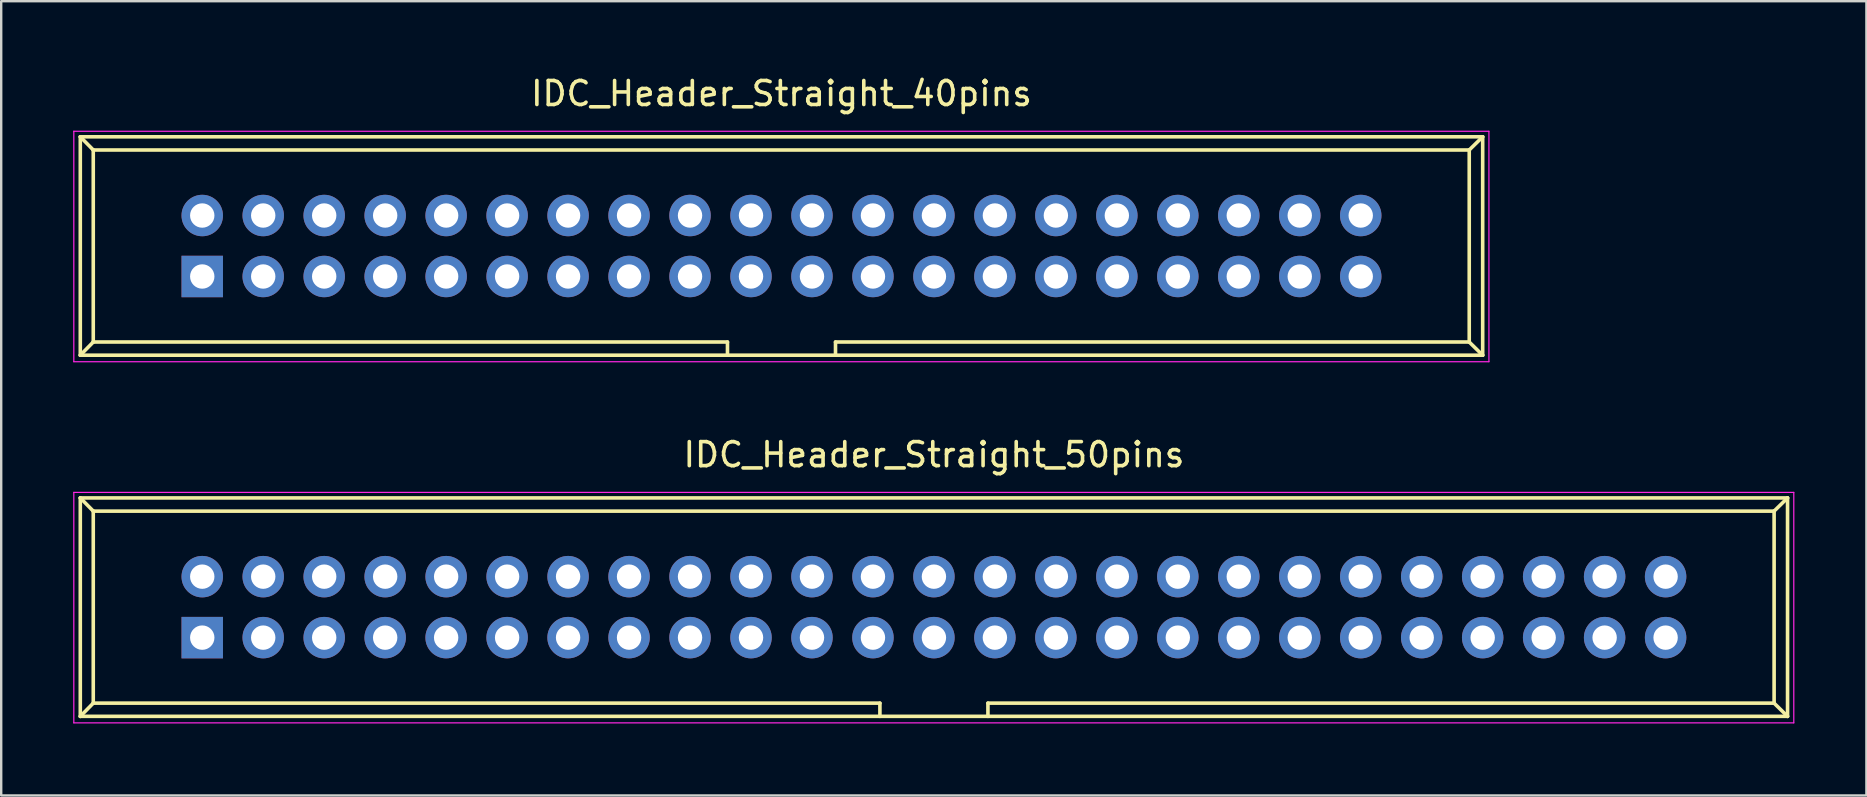
<source format=kicad_pcb>
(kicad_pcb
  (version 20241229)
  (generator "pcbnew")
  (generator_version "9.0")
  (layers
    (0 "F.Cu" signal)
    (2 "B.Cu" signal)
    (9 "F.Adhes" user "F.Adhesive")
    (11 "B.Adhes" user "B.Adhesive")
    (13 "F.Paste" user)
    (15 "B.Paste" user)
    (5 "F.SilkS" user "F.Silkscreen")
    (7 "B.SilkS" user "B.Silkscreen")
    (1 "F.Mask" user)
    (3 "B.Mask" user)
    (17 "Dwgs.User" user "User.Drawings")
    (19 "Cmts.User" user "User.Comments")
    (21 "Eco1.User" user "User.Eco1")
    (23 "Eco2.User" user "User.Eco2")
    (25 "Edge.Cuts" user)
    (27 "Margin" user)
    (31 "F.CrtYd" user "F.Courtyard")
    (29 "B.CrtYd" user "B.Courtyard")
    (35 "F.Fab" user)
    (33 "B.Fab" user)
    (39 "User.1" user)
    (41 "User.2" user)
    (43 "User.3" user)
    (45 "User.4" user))
  (footprint "IDC_Header_Straight_40pins"
    (layer "F.Cu")
    (at 5.375 8.468)
    (property "Reference" "IDC_Header_Straight_40pins" (at 24.13 -7.62 0) (layer "F.SilkS") (effects (font (size 1 1) (thickness 0.15))))
    (attr through_hole)
    (fp_line (start -5.08 -5.82) (end -5.08 3.28) (stroke (width 0.15) (type solid)) (layer "F.SilkS"))
    (fp_line (start -5.08 -5.82) (end -4.54 -5.27) (stroke (width 0.15) (type solid)) (layer "F.SilkS"))
    (fp_line (start -5.08 -5.82) (end 53.34 -5.82) (stroke (width 0.15) (type solid)) (layer "F.SilkS"))
    (fp_line (start -5.08 3.28) (end -4.54 2.73) (stroke (width 0.15) (type solid)) (layer "F.SilkS"))
    (fp_line (start -5.08 3.28) (end 53.34 3.28) (stroke (width 0.15) (type solid)) (layer "F.SilkS"))
    (fp_line (start -4.54 -5.27) (end -4.54 2.73) (stroke (width 0.15) (type solid)) (layer "F.SilkS"))
    (fp_line (start -4.54 -5.27) (end 52.78 -5.27) (stroke (width 0.15) (type solid)) (layer "F.SilkS"))
    (fp_line (start -4.54 2.73) (end 21.88 2.73) (stroke (width 0.15) (type solid)) (layer "F.SilkS"))
    (fp_line (start 21.88 2.73) (end 21.88 3.28) (stroke (width 0.15) (type solid)) (layer "F.SilkS"))
    (fp_line (start 26.38 2.73) (end 26.38 3.28) (stroke (width 0.15) (type solid)) (layer "F.SilkS"))
    (fp_line (start 26.38 2.73) (end 52.78 2.73) (stroke (width 0.15) (type solid)) (layer "F.SilkS"))
    (fp_line (start 52.78 -5.27) (end 52.78 2.73) (stroke (width 0.15) (type solid)) (layer "F.SilkS"))
    (fp_line (start 53.34 -5.82) (end 52.78 -5.27) (stroke (width 0.15) (type solid)) (layer "F.SilkS"))
    (fp_line (start 53.34 -5.82) (end 53.34 3.28) (stroke (width 0.15) (type solid)) (layer "F.SilkS"))
    (fp_line (start 53.34 3.28) (end 52.78 2.73) (stroke (width 0.15) (type solid)) (layer "F.SilkS"))
    (fp_line (start -5.35 -6.05) (end 53.6 -6.05) (stroke (width 0.05) (type solid)) (layer "F.CrtYd"))
    (fp_line (start -5.35 3.55) (end -5.35 -6.05) (stroke (width 0.05) (type solid)) (layer "F.CrtYd"))
    (fp_line (start 53.6 -6.05) (end 53.6 3.55) (stroke (width 0.05) (type solid)) (layer "F.CrtYd"))
    (fp_line (start 53.6 3.55) (end -5.35 3.55) (stroke (width 0.05) (type solid)) (layer "F.CrtYd"))
    (pad "1" thru_hole rect (at 0 0) (size 1.727 1.727) (drill 1.016) (layers "*.Cu" "*.Mask"))
    (pad "2" thru_hole oval (at 0 -2.54) (size 1.727 1.727) (drill 1.016) (layers "*.Cu" "*.Mask"))
    (pad "3" thru_hole oval (at 2.54 0) (size 1.727 1.727) (drill 1.016) (layers "*.Cu" "*.Mask"))
    (pad "4" thru_hole oval (at 2.54 -2.54) (size 1.727 1.727) (drill 1.016) (layers "*.Cu" "*.Mask"))
    (pad "5" thru_hole oval (at 5.08 0) (size 1.727 1.727) (drill 1.016) (layers "*.Cu" "*.Mask"))
    (pad "6" thru_hole oval (at 5.08 -2.54) (size 1.727 1.727) (drill 1.016) (layers "*.Cu" "*.Mask"))
    (pad "7" thru_hole oval (at 7.62 0) (size 1.727 1.727) (drill 1.016) (layers "*.Cu" "*.Mask"))
    (pad "8" thru_hole oval (at 7.62 -2.54) (size 1.727 1.727) (drill 1.016) (layers "*.Cu" "*.Mask"))
    (pad "9" thru_hole oval (at 10.16 0) (size 1.727 1.727) (drill 1.016) (layers "*.Cu" "*.Mask"))
    (pad "10" thru_hole oval (at 10.16 -2.54) (size 1.727 1.727) (drill 1.016) (layers "*.Cu" "*.Mask"))
    (pad "11" thru_hole oval (at 12.7 0) (size 1.727 1.727) (drill 1.016) (layers "*.Cu" "*.Mask"))
    (pad "12" thru_hole oval (at 12.7 -2.54) (size 1.727 1.727) (drill 1.016) (layers "*.Cu" "*.Mask"))
    (pad "13" thru_hole oval (at 15.24 0) (size 1.727 1.727) (drill 1.016) (layers "*.Cu" "*.Mask"))
    (pad "14" thru_hole oval (at 15.24 -2.54) (size 1.727 1.727) (drill 1.016) (layers "*.Cu" "*.Mask"))
    (pad "15" thru_hole oval (at 17.78 0) (size 1.727 1.727) (drill 1.016) (layers "*.Cu" "*.Mask"))
    (pad "16" thru_hole oval (at 17.78 -2.54) (size 1.727 1.727) (drill 1.016) (layers "*.Cu" "*.Mask"))
    (pad "17" thru_hole oval (at 20.32 0) (size 1.727 1.727) (drill 1.016) (layers "*.Cu" "*.Mask"))
    (pad "18" thru_hole oval (at 20.32 -2.54) (size 1.727 1.727) (drill 1.016) (layers "*.Cu" "*.Mask"))
    (pad "19" thru_hole oval (at 22.86 0) (size 1.727 1.727) (drill 1.016) (layers "*.Cu" "*.Mask"))
    (pad "20" thru_hole oval (at 22.86 -2.54) (size 1.727 1.727) (drill 1.016) (layers "*.Cu" "*.Mask"))
    (pad "21" thru_hole oval (at 25.4 0) (size 1.727 1.727) (drill 1.016) (layers "*.Cu" "*.Mask"))
    (pad "22" thru_hole oval (at 25.4 -2.54) (size 1.727 1.727) (drill 1.016) (layers "*.Cu" "*.Mask"))
    (pad "23" thru_hole oval (at 27.94 0) (size 1.727 1.727) (drill 1.016) (layers "*.Cu" "*.Mask"))
    (pad "24" thru_hole oval (at 27.94 -2.54) (size 1.727 1.727) (drill 1.016) (layers "*.Cu" "*.Mask"))
    (pad "25" thru_hole oval (at 30.48 0) (size 1.727 1.727) (drill 1.016) (layers "*.Cu" "*.Mask"))
    (pad "26" thru_hole oval (at 30.48 -2.54) (size 1.727 1.727) (drill 1.016) (layers "*.Cu" "*.Mask"))
    (pad "27" thru_hole oval (at 33.02 0) (size 1.727 1.727) (drill 1.016) (layers "*.Cu" "*.Mask"))
    (pad "28" thru_hole oval (at 33.02 -2.54) (size 1.727 1.727) (drill 1.016) (layers "*.Cu" "*.Mask"))
    (pad "29" thru_hole oval (at 35.56 0) (size 1.727 1.727) (drill 1.016) (layers "*.Cu" "*.Mask"))
    (pad "30" thru_hole oval (at 35.56 -2.54) (size 1.727 1.727) (drill 1.016) (layers "*.Cu" "*.Mask"))
    (pad "31" thru_hole oval (at 38.1 0) (size 1.727 1.727) (drill 1.016) (layers "*.Cu" "*.Mask"))
    (pad "32" thru_hole oval (at 38.1 -2.54) (size 1.727 1.727) (drill 1.016) (layers "*.Cu" "*.Mask"))
    (pad "33" thru_hole oval (at 40.64 0) (size 1.727 1.727) (drill 1.016) (layers "*.Cu" "*.Mask"))
    (pad "34" thru_hole oval (at 40.64 -2.54) (size 1.727 1.727) (drill 1.016) (layers "*.Cu" "*.Mask"))
    (pad "35" thru_hole oval (at 43.18 0) (size 1.727 1.727) (drill 1.016) (layers "*.Cu" "*.Mask"))
    (pad "36" thru_hole oval (at 43.18 -2.54) (size 1.727 1.727) (drill 1.016) (layers "*.Cu" "*.Mask"))
    (pad "37" thru_hole oval (at 45.72 0) (size 1.727 1.727) (drill 1.016) (layers "*.Cu" "*.Mask"))
    (pad "38" thru_hole oval (at 45.72 -2.54) (size 1.727 1.727) (drill 1.016) (layers "*.Cu" "*.Mask"))
    (pad "39" thru_hole oval (at 48.26 0) (size 1.727 1.727) (drill 1.016) (layers "*.Cu" "*.Mask"))
    (pad "40" thru_hole oval (at 48.26 -2.54) (size 1.727 1.727) (drill 1.016) (layers "*.Cu" "*.Mask")))
  (footprint "IDC_Header_Straight_50pins"
    (layer "F.Cu")
    (at 5.375 23.512)
    (property "Reference" "IDC_Header_Straight_50pins" (at 30.48 -7.62 0) (layer "F.SilkS") (effects (font (size 1 1) (thickness 0.15))))
    (attr through_hole)
    (fp_line (start -5.08 -5.82) (end -5.08 3.28) (stroke (width 0.15) (type solid)) (layer "F.SilkS"))
    (fp_line (start -5.08 -5.82) (end -4.54 -5.27) (stroke (width 0.15) (type solid)) (layer "F.SilkS"))
    (fp_line (start -5.08 -5.82) (end 66.04 -5.82) (stroke (width 0.15) (type solid)) (layer "F.SilkS"))
    (fp_line (start -5.08 3.28) (end -4.54 2.73) (stroke (width 0.15) (type solid)) (layer "F.SilkS"))
    (fp_line (start -5.08 3.28) (end 66.04 3.28) (stroke (width 0.15) (type solid)) (layer "F.SilkS"))
    (fp_line (start -4.54 -5.27) (end -4.54 2.73) (stroke (width 0.15) (type solid)) (layer "F.SilkS"))
    (fp_line (start -4.54 -5.27) (end 65.48 -5.27) (stroke (width 0.15) (type solid)) (layer "F.SilkS"))
    (fp_line (start -4.54 2.73) (end 28.23 2.73) (stroke (width 0.15) (type solid)) (layer "F.SilkS"))
    (fp_line (start 28.23 2.73) (end 28.23 3.28) (stroke (width 0.15) (type solid)) (layer "F.SilkS"))
    (fp_line (start 32.73 2.73) (end 32.73 3.28) (stroke (width 0.15) (type solid)) (layer "F.SilkS"))
    (fp_line (start 32.73 2.73) (end 65.48 2.73) (stroke (width 0.15) (type solid)) (layer "F.SilkS"))
    (fp_line (start 65.48 -5.27) (end 65.48 2.73) (stroke (width 0.15) (type solid)) (layer "F.SilkS"))
    (fp_line (start 66.04 -5.82) (end 65.48 -5.27) (stroke (width 0.15) (type solid)) (layer "F.SilkS"))
    (fp_line (start 66.04 -5.82) (end 66.04 3.28) (stroke (width 0.15) (type solid)) (layer "F.SilkS"))
    (fp_line (start 66.04 3.28) (end 65.48 2.73) (stroke (width 0.15) (type solid)) (layer "F.SilkS"))
    (fp_line (start -5.35 -6.05) (end 66.3 -6.05) (stroke (width 0.05) (type solid)) (layer "F.CrtYd"))
    (fp_line (start -5.35 3.55) (end -5.35 -6.05) (stroke (width 0.05) (type solid)) (layer "F.CrtYd"))
    (fp_line (start 66.3 -6.05) (end 66.3 3.55) (stroke (width 0.05) (type solid)) (layer "F.CrtYd"))
    (fp_line (start 66.3 3.55) (end -5.35 3.55) (stroke (width 0.05) (type solid)) (layer "F.CrtYd"))
    (pad "1" thru_hole rect (at 0 0) (size 1.727 1.727) (drill 1.016) (layers "*.Cu" "*.Mask"))
    (pad "2" thru_hole oval (at 0 -2.54) (size 1.727 1.727) (drill 1.016) (layers "*.Cu" "*.Mask"))
    (pad "3" thru_hole oval (at 2.54 0) (size 1.727 1.727) (drill 1.016) (layers "*.Cu" "*.Mask"))
    (pad "4" thru_hole oval (at 2.54 -2.54) (size 1.727 1.727) (drill 1.016) (layers "*.Cu" "*.Mask"))
    (pad "5" thru_hole oval (at 5.08 0) (size 1.727 1.727) (drill 1.016) (layers "*.Cu" "*.Mask"))
    (pad "6" thru_hole oval (at 5.08 -2.54) (size 1.727 1.727) (drill 1.016) (layers "*.Cu" "*.Mask"))
    (pad "7" thru_hole oval (at 7.62 0) (size 1.727 1.727) (drill 1.016) (layers "*.Cu" "*.Mask"))
    (pad "8" thru_hole oval (at 7.62 -2.54) (size 1.727 1.727) (drill 1.016) (layers "*.Cu" "*.Mask"))
    (pad "9" thru_hole oval (at 10.16 0) (size 1.727 1.727) (drill 1.016) (layers "*.Cu" "*.Mask"))
    (pad "10" thru_hole oval (at 10.16 -2.54) (size 1.727 1.727) (drill 1.016) (layers "*.Cu" "*.Mask"))
    (pad "11" thru_hole oval (at 12.7 0) (size 1.727 1.727) (drill 1.016) (layers "*.Cu" "*.Mask"))
    (pad "12" thru_hole oval (at 12.7 -2.54) (size 1.727 1.727) (drill 1.016) (layers "*.Cu" "*.Mask"))
    (pad "13" thru_hole oval (at 15.24 0) (size 1.727 1.727) (drill 1.016) (layers "*.Cu" "*.Mask"))
    (pad "14" thru_hole oval (at 15.24 -2.54) (size 1.727 1.727) (drill 1.016) (layers "*.Cu" "*.Mask"))
    (pad "15" thru_hole oval (at 17.78 0) (size 1.727 1.727) (drill 1.016) (layers "*.Cu" "*.Mask"))
    (pad "16" thru_hole oval (at 17.78 -2.54) (size 1.727 1.727) (drill 1.016) (layers "*.Cu" "*.Mask"))
    (pad "17" thru_hole oval (at 20.32 0) (size 1.727 1.727) (drill 1.016) (layers "*.Cu" "*.Mask"))
    (pad "18" thru_hole oval (at 20.32 -2.54) (size 1.727 1.727) (drill 1.016) (layers "*.Cu" "*.Mask"))
    (pad "19" thru_hole oval (at 22.86 0) (size 1.727 1.727) (drill 1.016) (layers "*.Cu" "*.Mask"))
    (pad "20" thru_hole oval (at 22.86 -2.54) (size 1.727 1.727) (drill 1.016) (layers "*.Cu" "*.Mask"))
    (pad "21" thru_hole oval (at 25.4 0) (size 1.727 1.727) (drill 1.016) (layers "*.Cu" "*.Mask"))
    (pad "22" thru_hole oval (at 25.4 -2.54) (size 1.727 1.727) (drill 1.016) (layers "*.Cu" "*.Mask"))
    (pad "23" thru_hole oval (at 27.94 0) (size 1.727 1.727) (drill 1.016) (layers "*.Cu" "*.Mask"))
    (pad "24" thru_hole oval (at 27.94 -2.54) (size 1.727 1.727) (drill 1.016) (layers "*.Cu" "*.Mask"))
    (pad "25" thru_hole oval (at 30.48 0) (size 1.727 1.727) (drill 1.016) (layers "*.Cu" "*.Mask"))
    (pad "26" thru_hole oval (at 30.48 -2.54) (size 1.727 1.727) (drill 1.016) (layers "*.Cu" "*.Mask"))
    (pad "27" thru_hole oval (at 33.02 0) (size 1.727 1.727) (drill 1.016) (layers "*.Cu" "*.Mask"))
    (pad "28" thru_hole oval (at 33.02 -2.54) (size 1.727 1.727) (drill 1.016) (layers "*.Cu" "*.Mask"))
    (pad "29" thru_hole oval (at 35.56 0) (size 1.727 1.727) (drill 1.016) (layers "*.Cu" "*.Mask"))
    (pad "30" thru_hole oval (at 35.56 -2.54) (size 1.727 1.727) (drill 1.016) (layers "*.Cu" "*.Mask"))
    (pad "31" thru_hole oval (at 38.1 0) (size 1.727 1.727) (drill 1.016) (layers "*.Cu" "*.Mask"))
    (pad "32" thru_hole oval (at 38.1 -2.54) (size 1.727 1.727) (drill 1.016) (layers "*.Cu" "*.Mask"))
    (pad "33" thru_hole oval (at 40.64 0) (size 1.727 1.727) (drill 1.016) (layers "*.Cu" "*.Mask"))
    (pad "34" thru_hole oval (at 40.64 -2.54) (size 1.727 1.727) (drill 1.016) (layers "*.Cu" "*.Mask"))
    (pad "35" thru_hole oval (at 43.18 0) (size 1.727 1.727) (drill 1.016) (layers "*.Cu" "*.Mask"))
    (pad "36" thru_hole oval (at 43.18 -2.54) (size 1.727 1.727) (drill 1.016) (layers "*.Cu" "*.Mask"))
    (pad "37" thru_hole oval (at 45.72 0) (size 1.727 1.727) (drill 1.016) (layers "*.Cu" "*.Mask"))
    (pad "38" thru_hole oval (at 45.72 -2.54) (size 1.727 1.727) (drill 1.016) (layers "*.Cu" "*.Mask"))
    (pad "39" thru_hole oval (at 48.26 0) (size 1.727 1.727) (drill 1.016) (layers "*.Cu" "*.Mask"))
    (pad "40" thru_hole oval (at 48.26 -2.54) (size 1.727 1.727) (drill 1.016) (layers "*.Cu" "*.Mask"))
    (pad "41" thru_hole oval (at 50.8 0) (size 1.727 1.727) (drill 1.016) (layers "*.Cu" "*.Mask"))
    (pad "42" thru_hole oval (at 50.8 -2.54) (size 1.727 1.727) (drill 1.016) (layers "*.Cu" "*.Mask"))
    (pad "43" thru_hole oval (at 53.34 0) (size 1.727 1.727) (drill 1.016) (layers "*.Cu" "*.Mask"))
    (pad "44" thru_hole oval (at 53.34 -2.54) (size 1.727 1.727) (drill 1.016) (layers "*.Cu" "*.Mask"))
    (pad "45" thru_hole oval (at 55.88 0) (size 1.727 1.727) (drill 1.016) (layers "*.Cu" "*.Mask"))
    (pad "46" thru_hole oval (at 55.88 -2.54) (size 1.727 1.727) (drill 1.016) (layers "*.Cu" "*.Mask"))
    (pad "47" thru_hole oval (at 58.42 0) (size 1.727 1.727) (drill 1.016) (layers "*.Cu" "*.Mask"))
    (pad "48" thru_hole oval (at 58.42 -2.54) (size 1.727 1.727) (drill 1.016) (layers "*.Cu" "*.Mask"))
    (pad "49" thru_hole oval (at 60.96 0) (size 1.727 1.727) (drill 1.016) (layers "*.Cu" "*.Mask"))
    (pad "50" thru_hole oval (at 60.96 -2.54) (size 1.727 1.727) (drill 1.016) (layers "*.Cu" "*.Mask")))
  (gr_rect
    (start -3 -3)
    (end 74.7 30.087)
    (stroke (width 0.1) (type default))
    (fill no)
    (layer "Edge.Cuts")))
</source>
